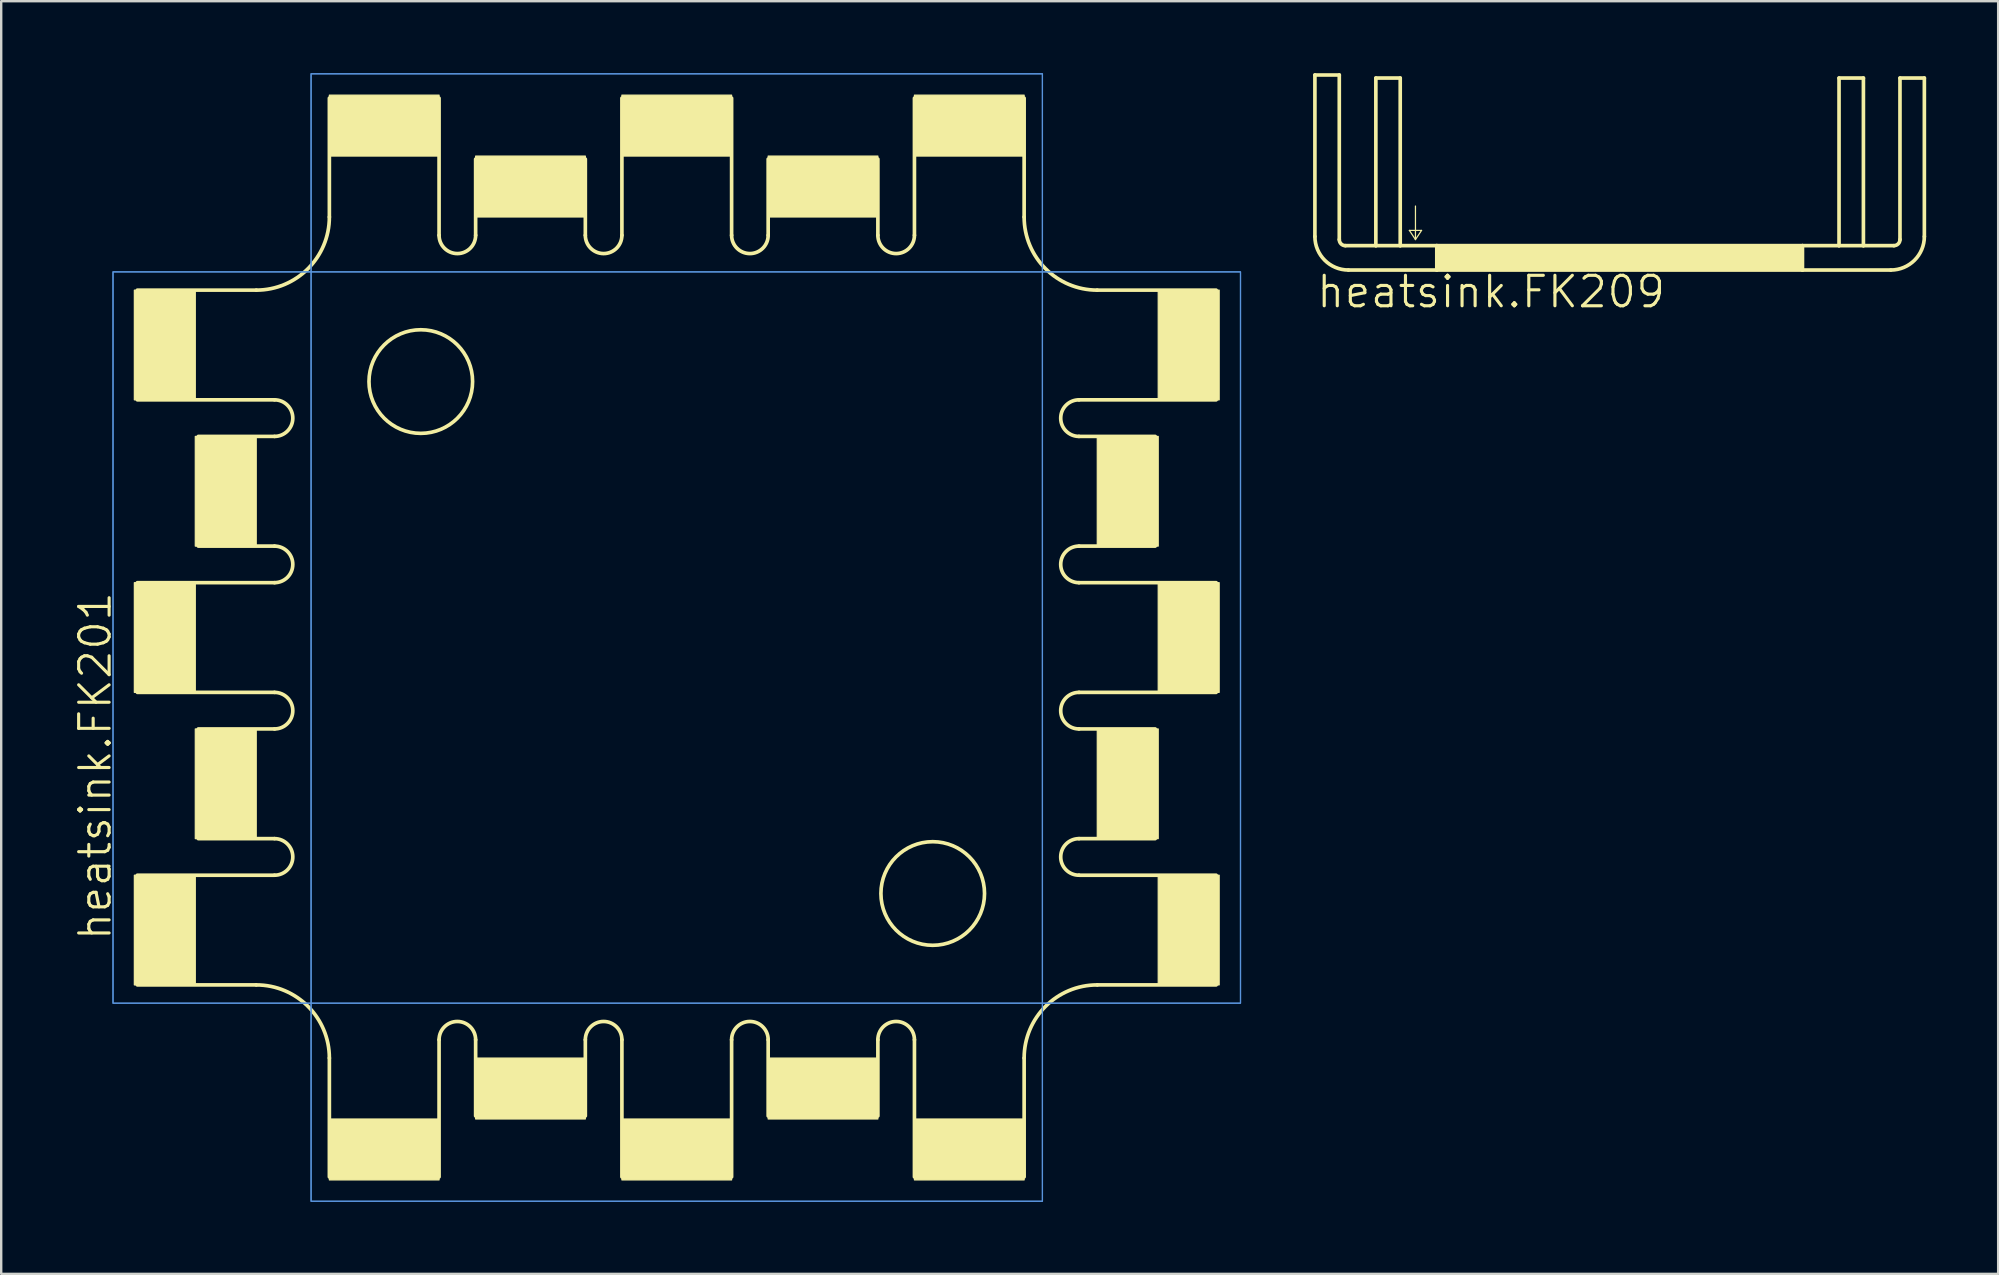
<source format=kicad_pcb>
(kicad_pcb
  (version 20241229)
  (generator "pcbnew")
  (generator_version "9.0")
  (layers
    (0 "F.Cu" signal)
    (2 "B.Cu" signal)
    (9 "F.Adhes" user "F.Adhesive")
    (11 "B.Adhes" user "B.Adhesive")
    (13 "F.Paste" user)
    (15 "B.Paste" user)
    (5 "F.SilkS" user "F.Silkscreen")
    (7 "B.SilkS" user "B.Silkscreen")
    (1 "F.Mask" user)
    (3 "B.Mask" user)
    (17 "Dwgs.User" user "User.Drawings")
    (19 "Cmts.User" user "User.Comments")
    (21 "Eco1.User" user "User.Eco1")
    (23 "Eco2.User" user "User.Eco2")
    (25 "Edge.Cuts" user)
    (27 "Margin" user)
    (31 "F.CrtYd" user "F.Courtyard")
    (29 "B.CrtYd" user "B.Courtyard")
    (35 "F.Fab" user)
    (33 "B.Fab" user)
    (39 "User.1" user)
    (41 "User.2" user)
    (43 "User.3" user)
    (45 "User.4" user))
  (footprint "heatsink.FK209"
    (layer "F.Cu")
    (at 64.451 7.188)
    (property "Reference" "heatsink.FK209" (at -12.7 2.667 0) (layer "F.SilkS") (effects (font (size 1.27 1.27) (thickness 0.13)) (justify left bottom)))
    (fp_line (start -12.7 -7.112) (end -12.7 -0.381) (stroke (width 0.152) (type default)) (layer "F.SilkS"))
    (fp_line (start -11.684 -7.112) (end -12.7 -7.112) (stroke (width 0.152) (type default)) (layer "F.SilkS"))
    (fp_line (start -11.684 -0.254) (end -11.684 -7.112) (stroke (width 0.152) (type default)) (layer "F.SilkS"))
    (fp_line (start -11.303 1.016) (end -7.62 1.016) (stroke (width 0.152) (type default)) (layer "F.SilkS"))
    (fp_line (start -10.16 -6.985) (end -10.16 0) (stroke (width 0.152) (type default)) (layer "F.SilkS"))
    (fp_line (start -10.16 0) (end -11.43 0) (stroke (width 0.152) (type default)) (layer "F.SilkS"))
    (fp_line (start -9.144 -6.985) (end -10.16 -6.985) (stroke (width 0.152) (type default)) (layer "F.SilkS"))
    (fp_line (start -9.144 -6.985) (end -9.144 0) (stroke (width 0.152) (type default)) (layer "F.SilkS"))
    (fp_line (start -9.144 0) (end -10.16 0) (stroke (width 0.152) (type default)) (layer "F.SilkS"))
    (fp_line (start -8.763 -0.635) (end -8.509 -0.635) (stroke (width 0.051) (type default)) (layer "F.SilkS"))
    (fp_line (start -8.509 -1.651) (end -8.509 -0.635) (stroke (width 0.051) (type default)) (layer "F.SilkS"))
    (fp_line (start -8.509 -0.635) (end -8.509 -0.254) (stroke (width 0.051) (type default)) (layer "F.SilkS"))
    (fp_line (start -8.509 -0.635) (end -8.255 -0.635) (stroke (width 0.051) (type default)) (layer "F.SilkS"))
    (fp_line (start -8.509 -0.254) (end -8.763 -0.635) (stroke (width 0.051) (type default)) (layer "F.SilkS"))
    (fp_line (start -8.255 -0.635) (end -8.509 -0.254) (stroke (width 0.051) (type default)) (layer "F.SilkS"))
    (fp_line (start -7.62 0) (end -9.144 0) (stroke (width 0.152) (type default)) (layer "F.SilkS"))
    (fp_line (start -7.62 0) (end -7.62 1.016) (stroke (width 0.152) (type default)) (layer "F.SilkS"))
    (fp_line (start -7.62 1.016) (end 7.62 1.016) (stroke (width 0.152) (type default)) (layer "F.SilkS"))
    (fp_line (start 7.62 0) (end -7.62 0) (stroke (width 0.152) (type default)) (layer "F.SilkS"))
    (fp_line (start 7.62 0) (end 7.62 1.016) (stroke (width 0.152) (type default)) (layer "F.SilkS"))
    (fp_line (start 7.62 1.016) (end 11.303 1.016) (stroke (width 0.152) (type default)) (layer "F.SilkS"))
    (fp_line (start 9.144 -6.985) (end 9.144 0) (stroke (width 0.152) (type default)) (layer "F.SilkS"))
    (fp_line (start 9.144 0) (end 7.62 0) (stroke (width 0.152) (type default)) (layer "F.SilkS"))
    (fp_line (start 10.16 -6.985) (end 9.144 -6.985) (stroke (width 0.152) (type default)) (layer "F.SilkS"))
    (fp_line (start 10.16 -6.985) (end 10.16 0) (stroke (width 0.152) (type default)) (layer "F.SilkS"))
    (fp_line (start 10.16 0) (end 9.144 0) (stroke (width 0.152) (type default)) (layer "F.SilkS"))
    (fp_line (start 11.43 0) (end 10.16 0) (stroke (width 0.152) (type default)) (layer "F.SilkS"))
    (fp_line (start 11.684 -6.985) (end 11.684 -0.254) (stroke (width 0.152) (type default)) (layer "F.SilkS"))
    (fp_line (start 12.7 -6.985) (end 11.684 -6.985) (stroke (width 0.152) (type default)) (layer "F.SilkS"))
    (fp_line (start 12.7 -0.381) (end 12.7 -6.985) (stroke (width 0.152) (type default)) (layer "F.SilkS"))
    (fp_rect (start -7.62 1.016) (end 7.62 0) (stroke (width 0.05) (type default)) (fill yes) (layer "F.SilkS"))
    (fp_arc (start -11.43 0) (mid -11.609605 -0.074395) (end -11.684 -0.254) (stroke (width 0.1524) (type default)) (layer "F.SilkS"))
    (fp_arc (start -11.303 1.016) (mid -12.290828 0.606828) (end -12.7 -0.381) (stroke (width 0.1524) (type default)) (layer "F.SilkS"))
    (fp_arc (start 11.684 -0.254) (mid 11.609605 -0.074395) (end 11.43 0) (stroke (width 0.1524) (type default)) (layer "F.SilkS"))
    (fp_arc (start 12.7 -0.381) (mid 12.290828 0.606828) (end 11.303 1.016) (stroke (width 0.1524) (type default)) (layer "F.SilkS")))
  (footprint "heatsink.FK201"
    (layer "F.Cu")
    (at 25.155 23.52)
    (property "Reference" "heatsink.FK201" (at -23.495 12.7 90) (layer "F.SilkS") (effects (font (size 1.27 1.27) (thickness 0.13)) (justify left bottom)))
    (fp_line (start -22.479 -14.478) (end -17.526 -14.478) (stroke (width 0.152) (type default)) (layer "F.SilkS"))
    (fp_line (start -22.479 -9.906) (end -16.764 -9.906) (stroke (width 0.152) (type default)) (layer "F.SilkS"))
    (fp_line (start -22.479 -2.286) (end -16.764 -2.286) (stroke (width 0.152) (type default)) (layer "F.SilkS"))
    (fp_line (start -22.479 2.286) (end -16.764 2.286) (stroke (width 0.152) (type default)) (layer "F.SilkS"))
    (fp_line (start -22.479 9.906) (end -16.764 9.906) (stroke (width 0.152) (type default)) (layer "F.SilkS"))
    (fp_line (start -22.479 14.478) (end -17.526 14.478) (stroke (width 0.152) (type default)) (layer "F.SilkS"))
    (fp_line (start -19.939 -8.382) (end -16.764 -8.382) (stroke (width 0.152) (type default)) (layer "F.SilkS"))
    (fp_line (start -19.939 -3.81) (end -16.764 -3.81) (stroke (width 0.152) (type default)) (layer "F.SilkS"))
    (fp_line (start -19.939 3.81) (end -16.764 3.81) (stroke (width 0.152) (type default)) (layer "F.SilkS"))
    (fp_line (start -19.939 8.382) (end -16.764 8.382) (stroke (width 0.152) (type default)) (layer "F.SilkS"))
    (fp_line (start -14.478 -22.479) (end -14.478 -17.526) (stroke (width 0.152) (type default)) (layer "F.SilkS"))
    (fp_line (start -14.478 22.479) (end -14.478 17.526) (stroke (width 0.152) (type default)) (layer "F.SilkS"))
    (fp_line (start -9.906 -22.479) (end -9.906 -16.764) (stroke (width 0.152) (type default)) (layer "F.SilkS"))
    (fp_line (start -9.906 22.479) (end -9.906 16.764) (stroke (width 0.152) (type default)) (layer "F.SilkS"))
    (fp_line (start -8.382 -19.939) (end -8.382 -16.764) (stroke (width 0.152) (type default)) (layer "F.SilkS"))
    (fp_line (start -8.382 19.939) (end -8.382 16.764) (stroke (width 0.152) (type default)) (layer "F.SilkS"))
    (fp_line (start -3.81 -19.939) (end -3.81 -16.764) (stroke (width 0.152) (type default)) (layer "F.SilkS"))
    (fp_line (start -3.81 19.939) (end -3.81 16.764) (stroke (width 0.152) (type default)) (layer "F.SilkS"))
    (fp_line (start -2.286 -22.479) (end -2.286 -16.764) (stroke (width 0.152) (type default)) (layer "F.SilkS"))
    (fp_line (start -2.286 22.479) (end -2.286 16.764) (stroke (width 0.152) (type default)) (layer "F.SilkS"))
    (fp_line (start 2.286 -22.479) (end 2.286 -16.764) (stroke (width 0.152) (type default)) (layer "F.SilkS"))
    (fp_line (start 2.286 22.479) (end 2.286 16.764) (stroke (width 0.152) (type default)) (layer "F.SilkS"))
    (fp_line (start 3.81 -19.939) (end 3.81 -16.764) (stroke (width 0.152) (type default)) (layer "F.SilkS"))
    (fp_line (start 3.81 19.939) (end 3.81 16.764) (stroke (width 0.152) (type default)) (layer "F.SilkS"))
    (fp_line (start 8.382 -19.939) (end 8.382 -16.764) (stroke (width 0.152) (type default)) (layer "F.SilkS"))
    (fp_line (start 8.382 19.939) (end 8.382 16.764) (stroke (width 0.152) (type default)) (layer "F.SilkS"))
    (fp_line (start 9.906 -22.479) (end 9.906 -16.764) (stroke (width 0.152) (type default)) (layer "F.SilkS"))
    (fp_line (start 9.906 22.479) (end 9.906 16.764) (stroke (width 0.152) (type default)) (layer "F.SilkS"))
    (fp_line (start 14.478 -22.479) (end 14.478 -17.526) (stroke (width 0.152) (type default)) (layer "F.SilkS"))
    (fp_line (start 14.478 22.479) (end 14.478 17.526) (stroke (width 0.152) (type default)) (layer "F.SilkS"))
    (fp_line (start 19.939 -8.382) (end 16.764 -8.382) (stroke (width 0.152) (type default)) (layer "F.SilkS"))
    (fp_line (start 19.939 -3.81) (end 16.764 -3.81) (stroke (width 0.152) (type default)) (layer "F.SilkS"))
    (fp_line (start 19.939 3.81) (end 16.764 3.81) (stroke (width 0.152) (type default)) (layer "F.SilkS"))
    (fp_line (start 19.939 8.382) (end 16.764 8.382) (stroke (width 0.152) (type default)) (layer "F.SilkS"))
    (fp_line (start 22.479 -14.478) (end 17.526 -14.478) (stroke (width 0.152) (type default)) (layer "F.SilkS"))
    (fp_line (start 22.479 -9.906) (end 16.764 -9.906) (stroke (width 0.152) (type default)) (layer "F.SilkS"))
    (fp_line (start 22.479 -2.286) (end 16.764 -2.286) (stroke (width 0.152) (type default)) (layer "F.SilkS"))
    (fp_line (start 22.479 2.286) (end 16.764 2.286) (stroke (width 0.152) (type default)) (layer "F.SilkS"))
    (fp_line (start 22.479 9.906) (end 16.764 9.906) (stroke (width 0.152) (type default)) (layer "F.SilkS"))
    (fp_line (start 22.479 14.478) (end 17.526 14.478) (stroke (width 0.152) (type default)) (layer "F.SilkS"))
    (fp_rect (start -22.606 -9.906) (end -20.066 -14.478) (stroke (width 0.05) (type default)) (fill yes) (layer "F.SilkS"))
    (fp_rect (start -22.606 2.286) (end -20.066 -2.286) (stroke (width 0.05) (type default)) (fill yes) (layer "F.SilkS"))
    (fp_rect (start -22.606 14.478) (end -20.066 9.906) (stroke (width 0.05) (type default)) (fill yes) (layer "F.SilkS"))
    (fp_rect (start -20.066 -3.81) (end -17.526 -8.382) (stroke (width 0.05) (type default)) (fill yes) (layer "F.SilkS"))
    (fp_rect (start -20.066 8.382) (end -17.526 3.81) (stroke (width 0.05) (type default)) (fill yes) (layer "F.SilkS"))
    (fp_rect (start -14.478 -20.066) (end -9.906 -22.606) (stroke (width 0.05) (type default)) (fill yes) (layer "F.SilkS"))
    (fp_rect (start -14.478 22.606) (end -9.906 20.066) (stroke (width 0.05) (type default)) (fill yes) (layer "F.SilkS"))
    (fp_rect (start -8.382 -17.526) (end -3.81 -20.066) (stroke (width 0.05) (type default)) (fill yes) (layer "F.SilkS"))
    (fp_rect (start -8.382 20.066) (end -3.81 17.526) (stroke (width 0.05) (type default)) (fill yes) (layer "F.SilkS"))
    (fp_rect (start -2.286 -20.066) (end 2.286 -22.606) (stroke (width 0.05) (type default)) (fill yes) (layer "F.SilkS"))
    (fp_rect (start -2.286 22.606) (end 2.286 20.066) (stroke (width 0.05) (type default)) (fill yes) (layer "F.SilkS"))
    (fp_rect (start 3.81 -17.526) (end 8.382 -20.066) (stroke (width 0.05) (type default)) (fill yes) (layer "F.SilkS"))
    (fp_rect (start 3.81 20.066) (end 8.382 17.526) (stroke (width 0.05) (type default)) (fill yes) (layer "F.SilkS"))
    (fp_rect (start 9.906 -20.066) (end 14.478 -22.606) (stroke (width 0.05) (type default)) (fill yes) (layer "F.SilkS"))
    (fp_rect (start 9.906 22.606) (end 14.478 20.066) (stroke (width 0.05) (type default)) (fill yes) (layer "F.SilkS"))
    (fp_rect (start 17.526 -3.81) (end 20.066 -8.382) (stroke (width 0.05) (type default)) (fill yes) (layer "F.SilkS"))
    (fp_rect (start 17.526 8.382) (end 20.066 3.81) (stroke (width 0.05) (type default)) (fill yes) (layer "F.SilkS"))
    (fp_rect (start 20.066 -9.906) (end 22.606 -14.478) (stroke (width 0.05) (type default)) (fill yes) (layer "F.SilkS"))
    (fp_rect (start 20.066 2.286) (end 22.606 -2.286) (stroke (width 0.05) (type default)) (fill yes) (layer "F.SilkS"))
    (fp_rect (start 20.066 14.478) (end 22.606 9.906) (stroke (width 0.05) (type default)) (fill yes) (layer "F.SilkS"))
    (fp_arc (start -17.526 14.478) (mid -15.370739 15.370739) (end -14.478 17.526) (stroke (width 0.1524) (type default)) (layer "F.SilkS"))
    (fp_arc (start -16.764 -9.906) (mid -16.002 -9.144) (end -16.764 -8.382) (stroke (width 0.1524) (type default)) (layer "F.SilkS"))
    (fp_arc (start -16.764 -3.81) (mid -16.002 -3.048) (end -16.764 -2.286) (stroke (width 0.1524) (type default)) (layer "F.SilkS"))
    (fp_arc (start -16.764 2.286) (mid -16.002 3.048) (end -16.764 3.81) (stroke (width 0.1524) (type default)) (layer "F.SilkS"))
    (fp_arc (start -16.764 8.382) (mid -16.002 9.144) (end -16.764 9.906) (stroke (width 0.1524) (type default)) (layer "F.SilkS"))
    (fp_arc (start -14.478 -17.526) (mid -15.370739 -15.370739) (end -17.526 -14.478) (stroke (width 0.1524) (type default)) (layer "F.SilkS"))
    (fp_arc (start -9.906 16.764) (mid -9.144 16.002) (end -8.382 16.764) (stroke (width 0.1524) (type default)) (layer "F.SilkS"))
    (fp_arc (start -8.382 -16.764) (mid -9.144 -16.002) (end -9.906 -16.764) (stroke (width 0.1524) (type default)) (layer "F.SilkS"))
    (fp_arc (start -3.81 16.764) (mid -3.048 16.002) (end -2.286 16.764) (stroke (width 0.1524) (type default)) (layer "F.SilkS"))
    (fp_arc (start -2.286 -16.764) (mid -3.048 -16.002) (end -3.81 -16.764) (stroke (width 0.1524) (type default)) (layer "F.SilkS"))
    (fp_arc (start 2.286 16.764) (mid 3.048 16.002) (end 3.81 16.764) (stroke (width 0.1524) (type default)) (layer "F.SilkS"))
    (fp_arc (start 3.81 -16.764) (mid 3.048 -16.002) (end 2.286 -16.764) (stroke (width 0.1524) (type default)) (layer "F.SilkS"))
    (fp_arc (start 8.382 16.764) (mid 9.144 16.002) (end 9.906 16.764) (stroke (width 0.1524) (type default)) (layer "F.SilkS"))
    (fp_arc (start 9.906 -16.764) (mid 9.144 -16.002) (end 8.382 -16.764) (stroke (width 0.1524) (type default)) (layer "F.SilkS"))
    (fp_arc (start 14.478 17.526) (mid 15.370739 15.370739) (end 17.526 14.478) (stroke (width 0.1524) (type default)) (layer "F.SilkS"))
    (fp_arc (start 16.764 -8.382) (mid 16.002 -9.144) (end 16.764 -9.906) (stroke (width 0.1524) (type default)) (layer "F.SilkS"))
    (fp_arc (start 16.764 -2.286) (mid 16.002 -3.048) (end 16.764 -3.81) (stroke (width 0.1524) (type default)) (layer "F.SilkS"))
    (fp_arc (start 16.764 3.81) (mid 16.002 3.048) (end 16.764 2.286) (stroke (width 0.1524) (type default)) (layer "F.SilkS"))
    (fp_arc (start 16.764 9.906) (mid 16.002 9.144) (end 16.764 8.382) (stroke (width 0.1524) (type default)) (layer "F.SilkS"))
    (fp_arc (start 17.526 -14.478) (mid 15.370739 -15.370739) (end 14.478 -17.526) (stroke (width 0.1524) (type default)) (layer "F.SilkS"))
    (fp_circle (center -10.668 -10.668) (end -8.509 -10.668) (stroke (width 0.152) (type default)) (fill no) (layer "F.SilkS"))
    (fp_circle (center 10.668 10.668) (end 12.827 10.668) (stroke (width 0.152) (type default)) (fill no) (layer "F.SilkS"))
    (fp_rect (start -23.495 15.24) (end 23.495 -15.24) (stroke (width 0.05) (type default)) (fill no) (layer "Cmts.User"))
    (fp_rect (start -23.495 15.24) (end 23.495 -15.24) (stroke (width 0.05) (type default)) (fill no) (layer "Cmts.User"))
    (fp_rect (start -15.24 23.495) (end 15.24 -23.495) (stroke (width 0.05) (type default)) (fill no) (layer "Cmts.User"))
    (fp_rect (start -15.24 23.495) (end 15.24 -23.495) (stroke (width 0.05) (type default)) (fill no) (layer "Cmts.User")))
  (gr_rect
    (start -3 -3)
    (end 80.227 50.04)
    (stroke (width 0.1) (type default))
    (fill no)
    (layer "Edge.Cuts")))
</source>
